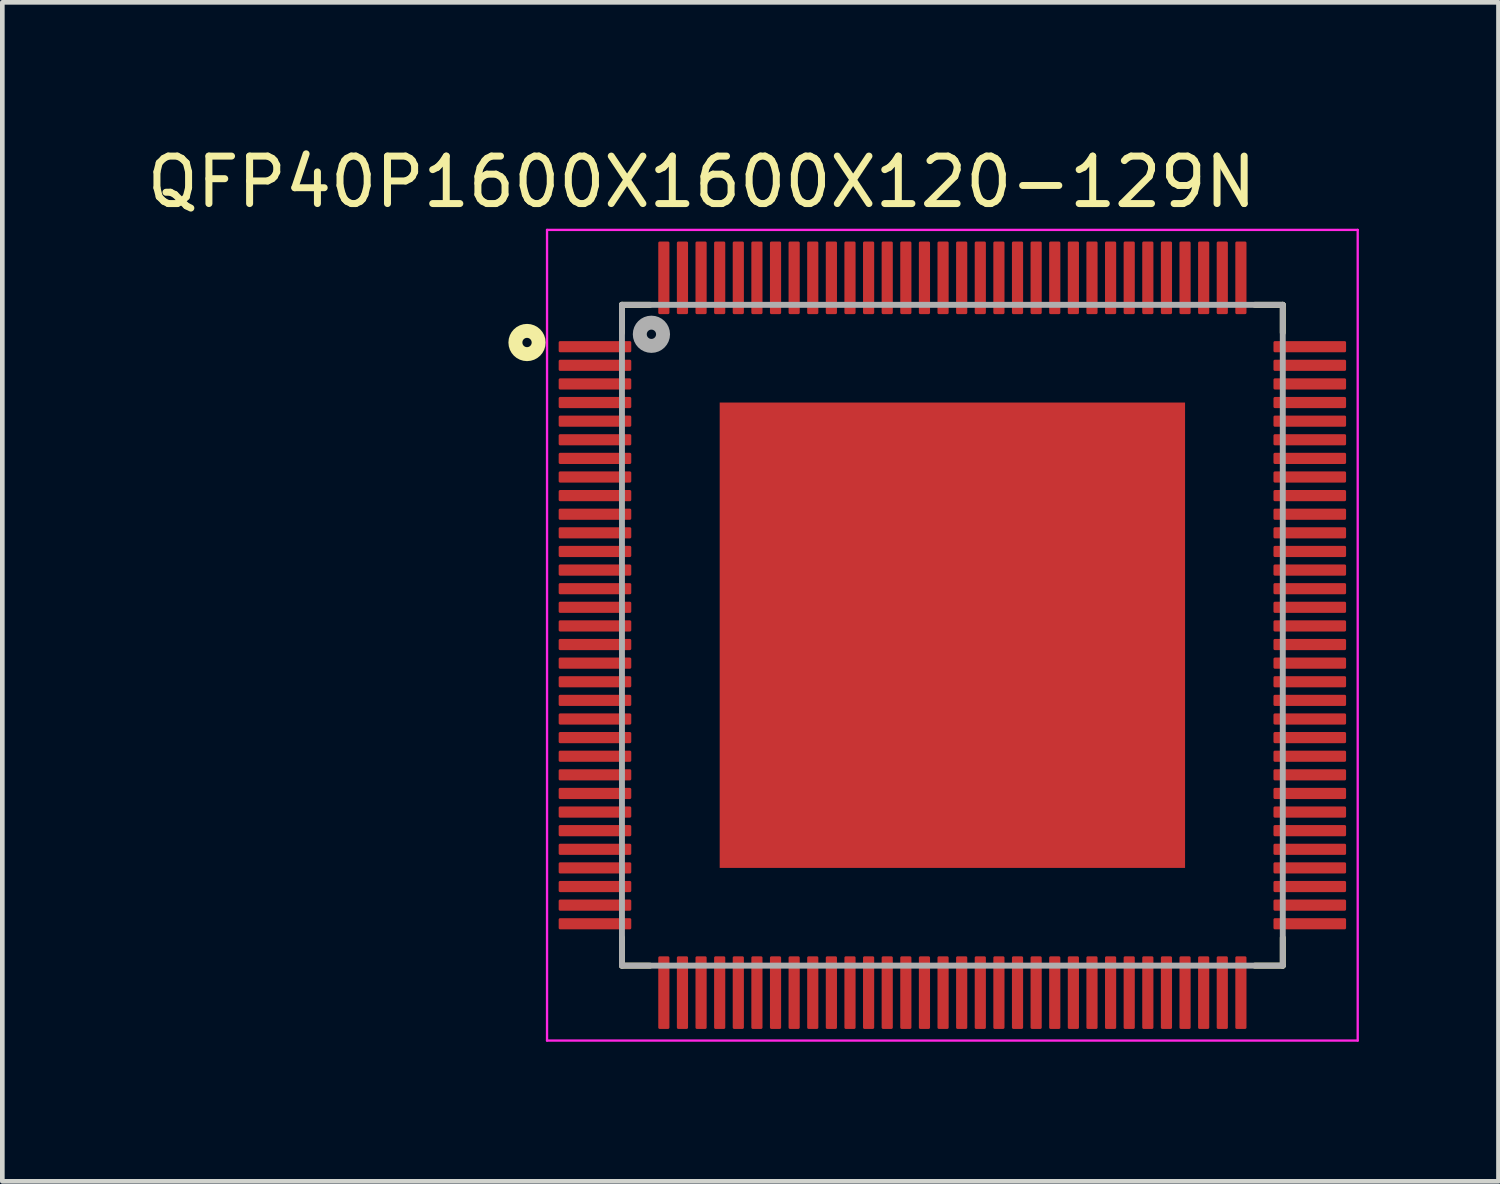
<source format=kicad_pcb>
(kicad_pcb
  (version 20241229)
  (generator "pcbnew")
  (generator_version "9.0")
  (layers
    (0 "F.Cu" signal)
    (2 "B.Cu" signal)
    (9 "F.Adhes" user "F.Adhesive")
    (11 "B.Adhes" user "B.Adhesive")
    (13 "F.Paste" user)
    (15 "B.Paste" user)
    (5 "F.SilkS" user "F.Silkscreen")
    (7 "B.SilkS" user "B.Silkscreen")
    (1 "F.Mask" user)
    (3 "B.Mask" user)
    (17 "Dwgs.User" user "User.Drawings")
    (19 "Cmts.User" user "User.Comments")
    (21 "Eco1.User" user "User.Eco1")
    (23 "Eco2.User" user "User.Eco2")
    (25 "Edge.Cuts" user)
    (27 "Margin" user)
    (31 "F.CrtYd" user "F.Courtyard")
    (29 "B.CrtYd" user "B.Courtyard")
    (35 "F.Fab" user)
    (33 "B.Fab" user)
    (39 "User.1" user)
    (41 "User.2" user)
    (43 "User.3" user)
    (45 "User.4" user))
  (footprint "QFP40P1600X1600X120-129N"
    (layer "F.Cu")
    (at 17.415 10.6)
    (property "Reference" "QFP40P1600X1600X120-129N" (at -5.387 -9.74 0) (layer "F.SilkS") (effects (font (size 1.02 1.02) (thickness 0.15))))
    (attr smd)
    (fp_line (start -7.1 -7.1) (end -7.1 -6.5) (stroke (width 0.127) (type solid)) (layer "F.SilkS"))
    (fp_line (start -7.1 -7.1) (end -6.5 -7.1) (stroke (width 0.127) (type solid)) (layer "F.SilkS"))
    (fp_line (start -7.1 7.1) (end -7.1 6.5) (stroke (width 0.127) (type solid)) (layer "F.SilkS"))
    (fp_line (start -7.1 7.1) (end -6.5 7.1) (stroke (width 0.127) (type solid)) (layer "F.SilkS"))
    (fp_line (start 7.1 -7.1) (end 6.5 -7.1) (stroke (width 0.127) (type solid)) (layer "F.SilkS"))
    (fp_line (start 7.1 -7.1) (end 7.1 -6.5) (stroke (width 0.127) (type solid)) (layer "F.SilkS"))
    (fp_line (start 7.1 7.1) (end 6.5 7.1) (stroke (width 0.127) (type solid)) (layer "F.SilkS"))
    (fp_line (start 7.1 7.1) (end 7.1 6.5) (stroke (width 0.127) (type solid)) (layer "F.SilkS"))
    (fp_circle (center -9.14 -6.29) (end -9.04 -6.29) (stroke (width 0.3) (type solid)) (fill no) (layer "F.SilkS"))
    (fp_poly (pts (xy -3.163 -3.162) (xy 3.162 -3.162) (xy 3.162 3.163) (xy -3.163 3.163)) (stroke (width 0.01) (type solid)) (fill yes) (layer "F.Paste"))
    (fp_line (start -8.71 -8.71) (end 8.71 -8.71) (stroke (width 0.05) (type solid)) (layer "F.CrtYd"))
    (fp_line (start -8.71 8.71) (end -8.71 -8.71) (stroke (width 0.05) (type solid)) (layer "F.CrtYd"))
    (fp_line (start -8.71 8.71) (end 8.71 8.71) (stroke (width 0.05) (type solid)) (layer "F.CrtYd"))
    (fp_line (start 8.71 8.71) (end 8.71 -8.71) (stroke (width 0.05) (type solid)) (layer "F.CrtYd"))
    (fp_line (start -7.1 -7.1) (end 7.1 -7.1) (stroke (width 0.127) (type solid)) (layer "F.Fab"))
    (fp_line (start -7.1 7.1) (end -7.1 -7.1) (stroke (width 0.127) (type solid)) (layer "F.Fab"))
    (fp_line (start -7.1 7.1) (end 7.1 7.1) (stroke (width 0.127) (type solid)) (layer "F.Fab"))
    (fp_line (start 7.1 7.1) (end 7.1 -7.1) (stroke (width 0.127) (type solid)) (layer "F.Fab"))
    (fp_circle (center -6.467 -6.467) (end -6.367 -6.467) (stroke (width 0.3) (type solid)) (fill no) (layer "F.Fab"))
    (pad "1" smd roundrect (at -7.68 -6.2) (size 1.56 0.24) (layers "F.Cu" "F.Mask" "F.Paste") (roundrect_rratio 0.125))
    (pad "2" smd roundrect (at -7.68 -5.8) (size 1.56 0.24) (layers "F.Cu" "F.Mask" "F.Paste") (roundrect_rratio 0.125))
    (pad "3" smd roundrect (at -7.68 -5.4) (size 1.56 0.24) (layers "F.Cu" "F.Mask" "F.Paste") (roundrect_rratio 0.125))
    (pad "4" smd roundrect (at -7.68 -5) (size 1.56 0.24) (layers "F.Cu" "F.Mask" "F.Paste") (roundrect_rratio 0.125))
    (pad "5" smd roundrect (at -7.68 -4.6) (size 1.56 0.24) (layers "F.Cu" "F.Mask" "F.Paste") (roundrect_rratio 0.125))
    (pad "6" smd roundrect (at -7.68 -4.2) (size 1.56 0.24) (layers "F.Cu" "F.Mask" "F.Paste") (roundrect_rratio 0.125))
    (pad "7" smd roundrect (at -7.68 -3.8) (size 1.56 0.24) (layers "F.Cu" "F.Mask" "F.Paste") (roundrect_rratio 0.125))
    (pad "8" smd roundrect (at -7.68 -3.4) (size 1.56 0.24) (layers "F.Cu" "F.Mask" "F.Paste") (roundrect_rratio 0.125))
    (pad "9" smd roundrect (at -7.68 -3) (size 1.56 0.24) (layers "F.Cu" "F.Mask" "F.Paste") (roundrect_rratio 0.125))
    (pad "10" smd roundrect (at -7.68 -2.6) (size 1.56 0.24) (layers "F.Cu" "F.Mask" "F.Paste") (roundrect_rratio 0.125))
    (pad "11" smd roundrect (at -7.68 -2.2) (size 1.56 0.24) (layers "F.Cu" "F.Mask" "F.Paste") (roundrect_rratio 0.125))
    (pad "12" smd roundrect (at -7.68 -1.8) (size 1.56 0.24) (layers "F.Cu" "F.Mask" "F.Paste") (roundrect_rratio 0.125))
    (pad "13" smd roundrect (at -7.68 -1.4) (size 1.56 0.24) (layers "F.Cu" "F.Mask" "F.Paste") (roundrect_rratio 0.125))
    (pad "14" smd roundrect (at -7.68 -1) (size 1.56 0.24) (layers "F.Cu" "F.Mask" "F.Paste") (roundrect_rratio 0.125))
    (pad "15" smd roundrect (at -7.68 -0.6) (size 1.56 0.24) (layers "F.Cu" "F.Mask" "F.Paste") (roundrect_rratio 0.125))
    (pad "16" smd roundrect (at -7.68 -0.2) (size 1.56 0.24) (layers "F.Cu" "F.Mask" "F.Paste") (roundrect_rratio 0.125))
    (pad "17" smd roundrect (at -7.68 0.2) (size 1.56 0.24) (layers "F.Cu" "F.Mask" "F.Paste") (roundrect_rratio 0.125))
    (pad "18" smd roundrect (at -7.68 0.6) (size 1.56 0.24) (layers "F.Cu" "F.Mask" "F.Paste") (roundrect_rratio 0.125))
    (pad "19" smd roundrect (at -7.68 1) (size 1.56 0.24) (layers "F.Cu" "F.Mask" "F.Paste") (roundrect_rratio 0.125))
    (pad "20" smd roundrect (at -7.68 1.4) (size 1.56 0.24) (layers "F.Cu" "F.Mask" "F.Paste") (roundrect_rratio 0.125))
    (pad "21" smd roundrect (at -7.68 1.8) (size 1.56 0.24) (layers "F.Cu" "F.Mask" "F.Paste") (roundrect_rratio 0.125))
    (pad "22" smd roundrect (at -7.68 2.2) (size 1.56 0.24) (layers "F.Cu" "F.Mask" "F.Paste") (roundrect_rratio 0.125))
    (pad "23" smd roundrect (at -7.68 2.6) (size 1.56 0.24) (layers "F.Cu" "F.Mask" "F.Paste") (roundrect_rratio 0.125))
    (pad "24" smd roundrect (at -7.68 3) (size 1.56 0.24) (layers "F.Cu" "F.Mask" "F.Paste") (roundrect_rratio 0.125))
    (pad "25" smd roundrect (at -7.68 3.4) (size 1.56 0.24) (layers "F.Cu" "F.Mask" "F.Paste") (roundrect_rratio 0.125))
    (pad "26" smd roundrect (at -7.68 3.8) (size 1.56 0.24) (layers "F.Cu" "F.Mask" "F.Paste") (roundrect_rratio 0.125))
    (pad "27" smd roundrect (at -7.68 4.2) (size 1.56 0.24) (layers "F.Cu" "F.Mask" "F.Paste") (roundrect_rratio 0.125))
    (pad "28" smd roundrect (at -7.68 4.6) (size 1.56 0.24) (layers "F.Cu" "F.Mask" "F.Paste") (roundrect_rratio 0.125))
    (pad "29" smd roundrect (at -7.68 5) (size 1.56 0.24) (layers "F.Cu" "F.Mask" "F.Paste") (roundrect_rratio 0.125))
    (pad "30" smd roundrect (at -7.68 5.4) (size 1.56 0.24) (layers "F.Cu" "F.Mask" "F.Paste") (roundrect_rratio 0.125))
    (pad "31" smd roundrect (at -7.68 5.8) (size 1.56 0.24) (layers "F.Cu" "F.Mask" "F.Paste") (roundrect_rratio 0.125))
    (pad "32" smd roundrect (at -7.68 6.2) (size 1.56 0.24) (layers "F.Cu" "F.Mask" "F.Paste") (roundrect_rratio 0.125))
    (pad "33" smd roundrect (at -6.2 7.68) (size 0.24 1.56) (layers "F.Cu" "F.Mask" "F.Paste") (roundrect_rratio 0.125))
    (pad "34" smd roundrect (at -5.8 7.68) (size 0.24 1.56) (layers "F.Cu" "F.Mask" "F.Paste") (roundrect_rratio 0.125))
    (pad "35" smd roundrect (at -5.4 7.68) (size 0.24 1.56) (layers "F.Cu" "F.Mask" "F.Paste") (roundrect_rratio 0.125))
    (pad "36" smd roundrect (at -5 7.68) (size 0.24 1.56) (layers "F.Cu" "F.Mask" "F.Paste") (roundrect_rratio 0.125))
    (pad "37" smd roundrect (at -4.6 7.68) (size 0.24 1.56) (layers "F.Cu" "F.Mask" "F.Paste") (roundrect_rratio 0.125))
    (pad "38" smd roundrect (at -4.2 7.68) (size 0.24 1.56) (layers "F.Cu" "F.Mask" "F.Paste") (roundrect_rratio 0.125))
    (pad "39" smd roundrect (at -3.8 7.68) (size 0.24 1.56) (layers "F.Cu" "F.Mask" "F.Paste") (roundrect_rratio 0.125))
    (pad "40" smd roundrect (at -3.4 7.68) (size 0.24 1.56) (layers "F.Cu" "F.Mask" "F.Paste") (roundrect_rratio 0.125))
    (pad "41" smd roundrect (at -3 7.68) (size 0.24 1.56) (layers "F.Cu" "F.Mask" "F.Paste") (roundrect_rratio 0.125))
    (pad "42" smd roundrect (at -2.6 7.68) (size 0.24 1.56) (layers "F.Cu" "F.Mask" "F.Paste") (roundrect_rratio 0.125))
    (pad "43" smd roundrect (at -2.2 7.68) (size 0.24 1.56) (layers "F.Cu" "F.Mask" "F.Paste") (roundrect_rratio 0.125))
    (pad "44" smd roundrect (at -1.8 7.68) (size 0.24 1.56) (layers "F.Cu" "F.Mask" "F.Paste") (roundrect_rratio 0.125))
    (pad "45" smd roundrect (at -1.4 7.68) (size 0.24 1.56) (layers "F.Cu" "F.Mask" "F.Paste") (roundrect_rratio 0.125))
    (pad "46" smd roundrect (at -1 7.68) (size 0.24 1.56) (layers "F.Cu" "F.Mask" "F.Paste") (roundrect_rratio 0.125))
    (pad "47" smd roundrect (at -0.6 7.68) (size 0.24 1.56) (layers "F.Cu" "F.Mask" "F.Paste") (roundrect_rratio 0.125))
    (pad "48" smd roundrect (at -0.2 7.68) (size 0.24 1.56) (layers "F.Cu" "F.Mask" "F.Paste") (roundrect_rratio 0.125))
    (pad "49" smd roundrect (at 0.2 7.68) (size 0.24 1.56) (layers "F.Cu" "F.Mask" "F.Paste") (roundrect_rratio 0.125))
    (pad "50" smd roundrect (at 0.6 7.68) (size 0.24 1.56) (layers "F.Cu" "F.Mask" "F.Paste") (roundrect_rratio 0.125))
    (pad "51" smd roundrect (at 1 7.68) (size 0.24 1.56) (layers "F.Cu" "F.Mask" "F.Paste") (roundrect_rratio 0.125))
    (pad "52" smd roundrect (at 1.4 7.68) (size 0.24 1.56) (layers "F.Cu" "F.Mask" "F.Paste") (roundrect_rratio 0.125))
    (pad "53" smd roundrect (at 1.8 7.68) (size 0.24 1.56) (layers "F.Cu" "F.Mask" "F.Paste") (roundrect_rratio 0.125))
    (pad "54" smd roundrect (at 2.2 7.68) (size 0.24 1.56) (layers "F.Cu" "F.Mask" "F.Paste") (roundrect_rratio 0.125))
    (pad "55" smd roundrect (at 2.6 7.68) (size 0.24 1.56) (layers "F.Cu" "F.Mask" "F.Paste") (roundrect_rratio 0.125))
    (pad "56" smd roundrect (at 3 7.68) (size 0.24 1.56) (layers "F.Cu" "F.Mask" "F.Paste") (roundrect_rratio 0.125))
    (pad "57" smd roundrect (at 3.4 7.68) (size 0.24 1.56) (layers "F.Cu" "F.Mask" "F.Paste") (roundrect_rratio 0.125))
    (pad "58" smd roundrect (at 3.8 7.68) (size 0.24 1.56) (layers "F.Cu" "F.Mask" "F.Paste") (roundrect_rratio 0.125))
    (pad "59" smd roundrect (at 4.2 7.68) (size 0.24 1.56) (layers "F.Cu" "F.Mask" "F.Paste") (roundrect_rratio 0.125))
    (pad "60" smd roundrect (at 4.6 7.68) (size 0.24 1.56) (layers "F.Cu" "F.Mask" "F.Paste") (roundrect_rratio 0.125))
    (pad "61" smd roundrect (at 5 7.68) (size 0.24 1.56) (layers "F.Cu" "F.Mask" "F.Paste") (roundrect_rratio 0.125))
    (pad "62" smd roundrect (at 5.4 7.68) (size 0.24 1.56) (layers "F.Cu" "F.Mask" "F.Paste") (roundrect_rratio 0.125))
    (pad "63" smd roundrect (at 5.8 7.68) (size 0.24 1.56) (layers "F.Cu" "F.Mask" "F.Paste") (roundrect_rratio 0.125))
    (pad "64" smd roundrect (at 6.2 7.68) (size 0.24 1.56) (layers "F.Cu" "F.Mask" "F.Paste") (roundrect_rratio 0.125))
    (pad "65" smd roundrect (at 7.68 6.2) (size 1.56 0.24) (layers "F.Cu" "F.Mask" "F.Paste") (roundrect_rratio 0.125))
    (pad "66" smd roundrect (at 7.68 5.8) (size 1.56 0.24) (layers "F.Cu" "F.Mask" "F.Paste") (roundrect_rratio 0.125))
    (pad "67" smd roundrect (at 7.68 5.4) (size 1.56 0.24) (layers "F.Cu" "F.Mask" "F.Paste") (roundrect_rratio 0.125))
    (pad "68" smd roundrect (at 7.68 5) (size 1.56 0.24) (layers "F.Cu" "F.Mask" "F.Paste") (roundrect_rratio 0.125))
    (pad "69" smd roundrect (at 7.68 4.6) (size 1.56 0.24) (layers "F.Cu" "F.Mask" "F.Paste") (roundrect_rratio 0.125))
    (pad "70" smd roundrect (at 7.68 4.2) (size 1.56 0.24) (layers "F.Cu" "F.Mask" "F.Paste") (roundrect_rratio 0.125))
    (pad "71" smd roundrect (at 7.68 3.8) (size 1.56 0.24) (layers "F.Cu" "F.Mask" "F.Paste") (roundrect_rratio 0.125))
    (pad "72" smd roundrect (at 7.68 3.4) (size 1.56 0.24) (layers "F.Cu" "F.Mask" "F.Paste") (roundrect_rratio 0.125))
    (pad "73" smd roundrect (at 7.68 3) (size 1.56 0.24) (layers "F.Cu" "F.Mask" "F.Paste") (roundrect_rratio 0.125))
    (pad "74" smd roundrect (at 7.68 2.6) (size 1.56 0.24) (layers "F.Cu" "F.Mask" "F.Paste") (roundrect_rratio 0.125))
    (pad "75" smd roundrect (at 7.68 2.2) (size 1.56 0.24) (layers "F.Cu" "F.Mask" "F.Paste") (roundrect_rratio 0.125))
    (pad "76" smd roundrect (at 7.68 1.8) (size 1.56 0.24) (layers "F.Cu" "F.Mask" "F.Paste") (roundrect_rratio 0.125))
    (pad "77" smd roundrect (at 7.68 1.4) (size 1.56 0.24) (layers "F.Cu" "F.Mask" "F.Paste") (roundrect_rratio 0.125))
    (pad "78" smd roundrect (at 7.68 1) (size 1.56 0.24) (layers "F.Cu" "F.Mask" "F.Paste") (roundrect_rratio 0.125))
    (pad "79" smd roundrect (at 7.68 0.6) (size 1.56 0.24) (layers "F.Cu" "F.Mask" "F.Paste") (roundrect_rratio 0.125))
    (pad "80" smd roundrect (at 7.68 0.2) (size 1.56 0.24) (layers "F.Cu" "F.Mask" "F.Paste") (roundrect_rratio 0.125))
    (pad "81" smd roundrect (at 7.68 -0.2) (size 1.56 0.24) (layers "F.Cu" "F.Mask" "F.Paste") (roundrect_rratio 0.125))
    (pad "82" smd roundrect (at 7.68 -0.6) (size 1.56 0.24) (layers "F.Cu" "F.Mask" "F.Paste") (roundrect_rratio 0.125))
    (pad "83" smd roundrect (at 7.68 -1) (size 1.56 0.24) (layers "F.Cu" "F.Mask" "F.Paste") (roundrect_rratio 0.125))
    (pad "84" smd roundrect (at 7.68 -1.4) (size 1.56 0.24) (layers "F.Cu" "F.Mask" "F.Paste") (roundrect_rratio 0.125))
    (pad "85" smd roundrect (at 7.68 -1.8) (size 1.56 0.24) (layers "F.Cu" "F.Mask" "F.Paste") (roundrect_rratio 0.125))
    (pad "86" smd roundrect (at 7.68 -2.2) (size 1.56 0.24) (layers "F.Cu" "F.Mask" "F.Paste") (roundrect_rratio 0.125))
    (pad "87" smd roundrect (at 7.68 -2.6) (size 1.56 0.24) (layers "F.Cu" "F.Mask" "F.Paste") (roundrect_rratio 0.125))
    (pad "88" smd roundrect (at 7.68 -3) (size 1.56 0.24) (layers "F.Cu" "F.Mask" "F.Paste") (roundrect_rratio 0.125))
    (pad "89" smd roundrect (at 7.68 -3.4) (size 1.56 0.24) (layers "F.Cu" "F.Mask" "F.Paste") (roundrect_rratio 0.125))
    (pad "90" smd roundrect (at 7.68 -3.8) (size 1.56 0.24) (layers "F.Cu" "F.Mask" "F.Paste") (roundrect_rratio 0.125))
    (pad "91" smd roundrect (at 7.68 -4.2) (size 1.56 0.24) (layers "F.Cu" "F.Mask" "F.Paste") (roundrect_rratio 0.125))
    (pad "92" smd roundrect (at 7.68 -4.6) (size 1.56 0.24) (layers "F.Cu" "F.Mask" "F.Paste") (roundrect_rratio 0.125))
    (pad "93" smd roundrect (at 7.68 -5) (size 1.56 0.24) (layers "F.Cu" "F.Mask" "F.Paste") (roundrect_rratio 0.125))
    (pad "94" smd roundrect (at 7.68 -5.4) (size 1.56 0.24) (layers "F.Cu" "F.Mask" "F.Paste") (roundrect_rratio 0.125))
    (pad "95" smd roundrect (at 7.68 -5.8) (size 1.56 0.24) (layers "F.Cu" "F.Mask" "F.Paste") (roundrect_rratio 0.125))
    (pad "96" smd roundrect (at 7.68 -6.2) (size 1.56 0.24) (layers "F.Cu" "F.Mask" "F.Paste") (roundrect_rratio 0.125))
    (pad "97" smd roundrect (at 6.2 -7.68) (size 0.24 1.56) (layers "F.Cu" "F.Mask" "F.Paste") (roundrect_rratio 0.125))
    (pad "98" smd roundrect (at 5.8 -7.68) (size 0.24 1.56) (layers "F.Cu" "F.Mask" "F.Paste") (roundrect_rratio 0.125))
    (pad "99" smd roundrect (at 5.4 -7.68) (size 0.24 1.56) (layers "F.Cu" "F.Mask" "F.Paste") (roundrect_rratio 0.125))
    (pad "100" smd roundrect (at 5 -7.68) (size 0.24 1.56) (layers "F.Cu" "F.Mask" "F.Paste") (roundrect_rratio 0.125))
    (pad "101" smd roundrect (at 4.6 -7.68) (size 0.24 1.56) (layers "F.Cu" "F.Mask" "F.Paste") (roundrect_rratio 0.125))
    (pad "102" smd roundrect (at 4.2 -7.68) (size 0.24 1.56) (layers "F.Cu" "F.Mask" "F.Paste") (roundrect_rratio 0.125))
    (pad "103" smd roundrect (at 3.8 -7.68) (size 0.24 1.56) (layers "F.Cu" "F.Mask" "F.Paste") (roundrect_rratio 0.125))
    (pad "104" smd roundrect (at 3.4 -7.68) (size 0.24 1.56) (layers "F.Cu" "F.Mask" "F.Paste") (roundrect_rratio 0.125))
    (pad "105" smd roundrect (at 3 -7.68) (size 0.24 1.56) (layers "F.Cu" "F.Mask" "F.Paste") (roundrect_rratio 0.125))
    (pad "106" smd roundrect (at 2.6 -7.68) (size 0.24 1.56) (layers "F.Cu" "F.Mask" "F.Paste") (roundrect_rratio 0.125))
    (pad "107" smd roundrect (at 2.2 -7.68) (size 0.24 1.56) (layers "F.Cu" "F.Mask" "F.Paste") (roundrect_rratio 0.125))
    (pad "108" smd roundrect (at 1.8 -7.68) (size 0.24 1.56) (layers "F.Cu" "F.Mask" "F.Paste") (roundrect_rratio 0.125))
    (pad "109" smd roundrect (at 1.4 -7.68) (size 0.24 1.56) (layers "F.Cu" "F.Mask" "F.Paste") (roundrect_rratio 0.125))
    (pad "110" smd roundrect (at 1 -7.68) (size 0.24 1.56) (layers "F.Cu" "F.Mask" "F.Paste") (roundrect_rratio 0.125))
    (pad "111" smd roundrect (at 0.6 -7.68) (size 0.24 1.56) (layers "F.Cu" "F.Mask" "F.Paste") (roundrect_rratio 0.125))
    (pad "112" smd roundrect (at 0.2 -7.68) (size 0.24 1.56) (layers "F.Cu" "F.Mask" "F.Paste") (roundrect_rratio 0.125))
    (pad "113" smd roundrect (at -0.2 -7.68) (size 0.24 1.56) (layers "F.Cu" "F.Mask" "F.Paste") (roundrect_rratio 0.125))
    (pad "114" smd roundrect (at -0.6 -7.68) (size 0.24 1.56) (layers "F.Cu" "F.Mask" "F.Paste") (roundrect_rratio 0.125))
    (pad "115" smd roundrect (at -1 -7.68) (size 0.24 1.56) (layers "F.Cu" "F.Mask" "F.Paste") (roundrect_rratio 0.125))
    (pad "116" smd roundrect (at -1.4 -7.68) (size 0.24 1.56) (layers "F.Cu" "F.Mask" "F.Paste") (roundrect_rratio 0.125))
    (pad "117" smd roundrect (at -1.8 -7.68) (size 0.24 1.56) (layers "F.Cu" "F.Mask" "F.Paste") (roundrect_rratio 0.125))
    (pad "118" smd roundrect (at -2.2 -7.68) (size 0.24 1.56) (layers "F.Cu" "F.Mask" "F.Paste") (roundrect_rratio 0.125))
    (pad "119" smd roundrect (at -2.6 -7.68) (size 0.24 1.56) (layers "F.Cu" "F.Mask" "F.Paste") (roundrect_rratio 0.125))
    (pad "120" smd roundrect (at -3 -7.68) (size 0.24 1.56) (layers "F.Cu" "F.Mask" "F.Paste") (roundrect_rratio 0.125))
    (pad "121" smd roundrect (at -3.4 -7.68) (size 0.24 1.56) (layers "F.Cu" "F.Mask" "F.Paste") (roundrect_rratio 0.125))
    (pad "122" smd roundrect (at -3.8 -7.68) (size 0.24 1.56) (layers "F.Cu" "F.Mask" "F.Paste") (roundrect_rratio 0.125))
    (pad "123" smd roundrect (at -4.2 -7.68) (size 0.24 1.56) (layers "F.Cu" "F.Mask" "F.Paste") (roundrect_rratio 0.125))
    (pad "124" smd roundrect (at -4.6 -7.68) (size 0.24 1.56) (layers "F.Cu" "F.Mask" "F.Paste") (roundrect_rratio 0.125))
    (pad "125" smd roundrect (at -5 -7.68) (size 0.24 1.56) (layers "F.Cu" "F.Mask" "F.Paste") (roundrect_rratio 0.125))
    (pad "126" smd roundrect (at -5.4 -7.68) (size 0.24 1.56) (layers "F.Cu" "F.Mask" "F.Paste") (roundrect_rratio 0.125))
    (pad "127" smd roundrect (at -5.8 -7.68) (size 0.24 1.56) (layers "F.Cu" "F.Mask" "F.Paste") (roundrect_rratio 0.125))
    (pad "128" smd roundrect (at -6.2 -7.68) (size 0.24 1.56) (layers "F.Cu" "F.Mask" "F.Paste") (roundrect_rratio 0.125))
    (pad "129" smd rect (at 0 0) (size 10 10) (layers "F.Cu" "F.Mask")))
  (gr_rect
    (start -3 -3)
    (end 29.15 22.335)
    (stroke (width 0.1) (type default))
    (fill no)
    (layer "Edge.Cuts")))
</source>
